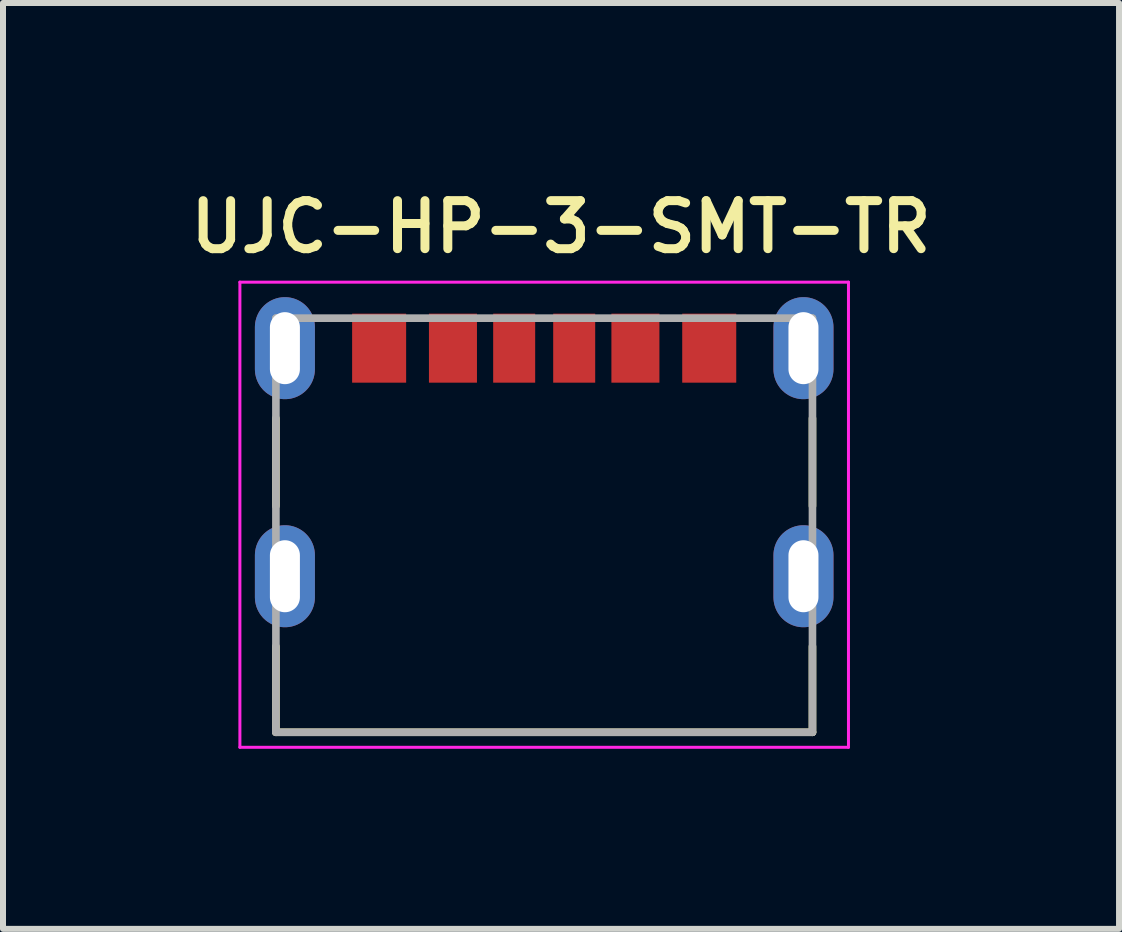
<source format=kicad_pcb>
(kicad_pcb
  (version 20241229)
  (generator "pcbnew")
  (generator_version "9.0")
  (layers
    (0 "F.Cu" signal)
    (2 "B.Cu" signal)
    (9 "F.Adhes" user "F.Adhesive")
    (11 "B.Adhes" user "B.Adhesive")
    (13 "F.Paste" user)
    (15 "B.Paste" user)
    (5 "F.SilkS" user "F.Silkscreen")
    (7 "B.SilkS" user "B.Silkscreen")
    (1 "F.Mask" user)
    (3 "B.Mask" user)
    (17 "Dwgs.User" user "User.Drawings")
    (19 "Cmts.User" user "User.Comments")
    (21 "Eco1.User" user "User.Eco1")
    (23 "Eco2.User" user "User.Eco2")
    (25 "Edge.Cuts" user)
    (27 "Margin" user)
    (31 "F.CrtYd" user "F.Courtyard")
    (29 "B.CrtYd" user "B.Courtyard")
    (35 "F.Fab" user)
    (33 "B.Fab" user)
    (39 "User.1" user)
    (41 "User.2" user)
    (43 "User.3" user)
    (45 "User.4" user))
  (footprint "UJC-HP-3-SMT-TR"
    (layer "F.Cu")
    (at 6.017 2.751)
    (property "Reference" "UJC-HP-3-SMT-TR" (at 0.28 -2.02 0) (layer "F.SilkS") (effects (font (size 0.8 0.8) (thickness 0.15))))
    (attr through_hole)
    (fp_line (start -4.47 2.63) (end -4.47 1.17) (stroke (width 0.127) (type solid)) (layer "F.SilkS"))
    (fp_line (start -4.47 6.4) (end -4.47 4.97) (stroke (width 0.127) (type solid)) (layer "F.SilkS"))
    (fp_line (start -4.47 6.4) (end 4.47 6.4) (stroke (width 0.127) (type solid)) (layer "F.SilkS"))
    (fp_line (start 4.47 2.63) (end 4.47 1.17) (stroke (width 0.127) (type solid)) (layer "F.SilkS"))
    (fp_line (start 4.47 6.4) (end 4.47 4.97) (stroke (width 0.127) (type solid)) (layer "F.SilkS"))
    (fp_line (start -5.07 -1.1) (end -5.07 6.65) (stroke (width 0.05) (type solid)) (layer "F.CrtYd"))
    (fp_line (start -5.07 6.65) (end 5.07 6.65) (stroke (width 0.05) (type solid)) (layer "F.CrtYd"))
    (fp_line (start 5.07 -1.1) (end -5.07 -1.1) (stroke (width 0.05) (type solid)) (layer "F.CrtYd"))
    (fp_line (start 5.07 6.65) (end 5.07 -1.1) (stroke (width 0.05) (type solid)) (layer "F.CrtYd"))
    (fp_line (start -4.47 -0.5) (end -4.47 6.4) (stroke (width 0.127) (type solid)) (layer "F.Fab"))
    (fp_line (start -4.47 6.4) (end 4.47 6.4) (stroke (width 0.127) (type solid)) (layer "F.Fab"))
    (fp_line (start 4.47 -0.5) (end -4.47 -0.5) (stroke (width 0.127) (type solid)) (layer "F.Fab"))
    (fp_line (start 4.47 6.4) (end 4.47 -0.5) (stroke (width 0.127) (type solid)) (layer "F.Fab"))
    (pad "A5" smd rect (at -0.5 0) (size 0.7 1.15) (layers "F.Cu" "F.Mask" "F.Paste"))
    (pad "A9" smd rect (at 1.52 0) (size 0.8 1.15) (layers "F.Cu" "F.Mask" "F.Paste"))
    (pad "A12" smd rect (at 2.75 0) (size 0.9 1.15) (layers "F.Cu" "F.Mask" "F.Paste"))
    (pad "B5" smd rect (at 0.5 0) (size 0.7 1.15) (layers "F.Cu" "F.Mask" "F.Paste"))
    (pad "B9" smd rect (at -1.52 0) (size 0.8 1.15) (layers "F.Cu" "F.Mask" "F.Paste"))
    (pad "B12" smd rect (at -2.75 0) (size 0.9 1.15) (layers "F.Cu" "F.Mask" "F.Paste"))
    (pad "S1" thru_hole oval (at -4.32 0) (size 1 1.7) (drill oval 0.5 1.2) (layers "*.Cu" "*.Mask"))
    (pad "S2" thru_hole oval (at 4.32 0) (size 1 1.7) (drill oval 0.5 1.2) (layers "*.Cu" "*.Mask"))
    (pad "S3" thru_hole oval (at 4.32 3.8) (size 1 1.7) (drill oval 0.5 1.2) (layers "*.Cu" "*.Mask"))
    (pad "S4" thru_hole oval (at -4.32 3.8) (size 1 1.7) (drill oval 0.5 1.2) (layers "*.Cu" "*.Mask")))
  (gr_rect
    (start -3 -3)
    (end 15.595 12.426)
    (stroke (width 0.1) (type default))
    (fill no)
    (layer "Edge.Cuts")))
</source>
